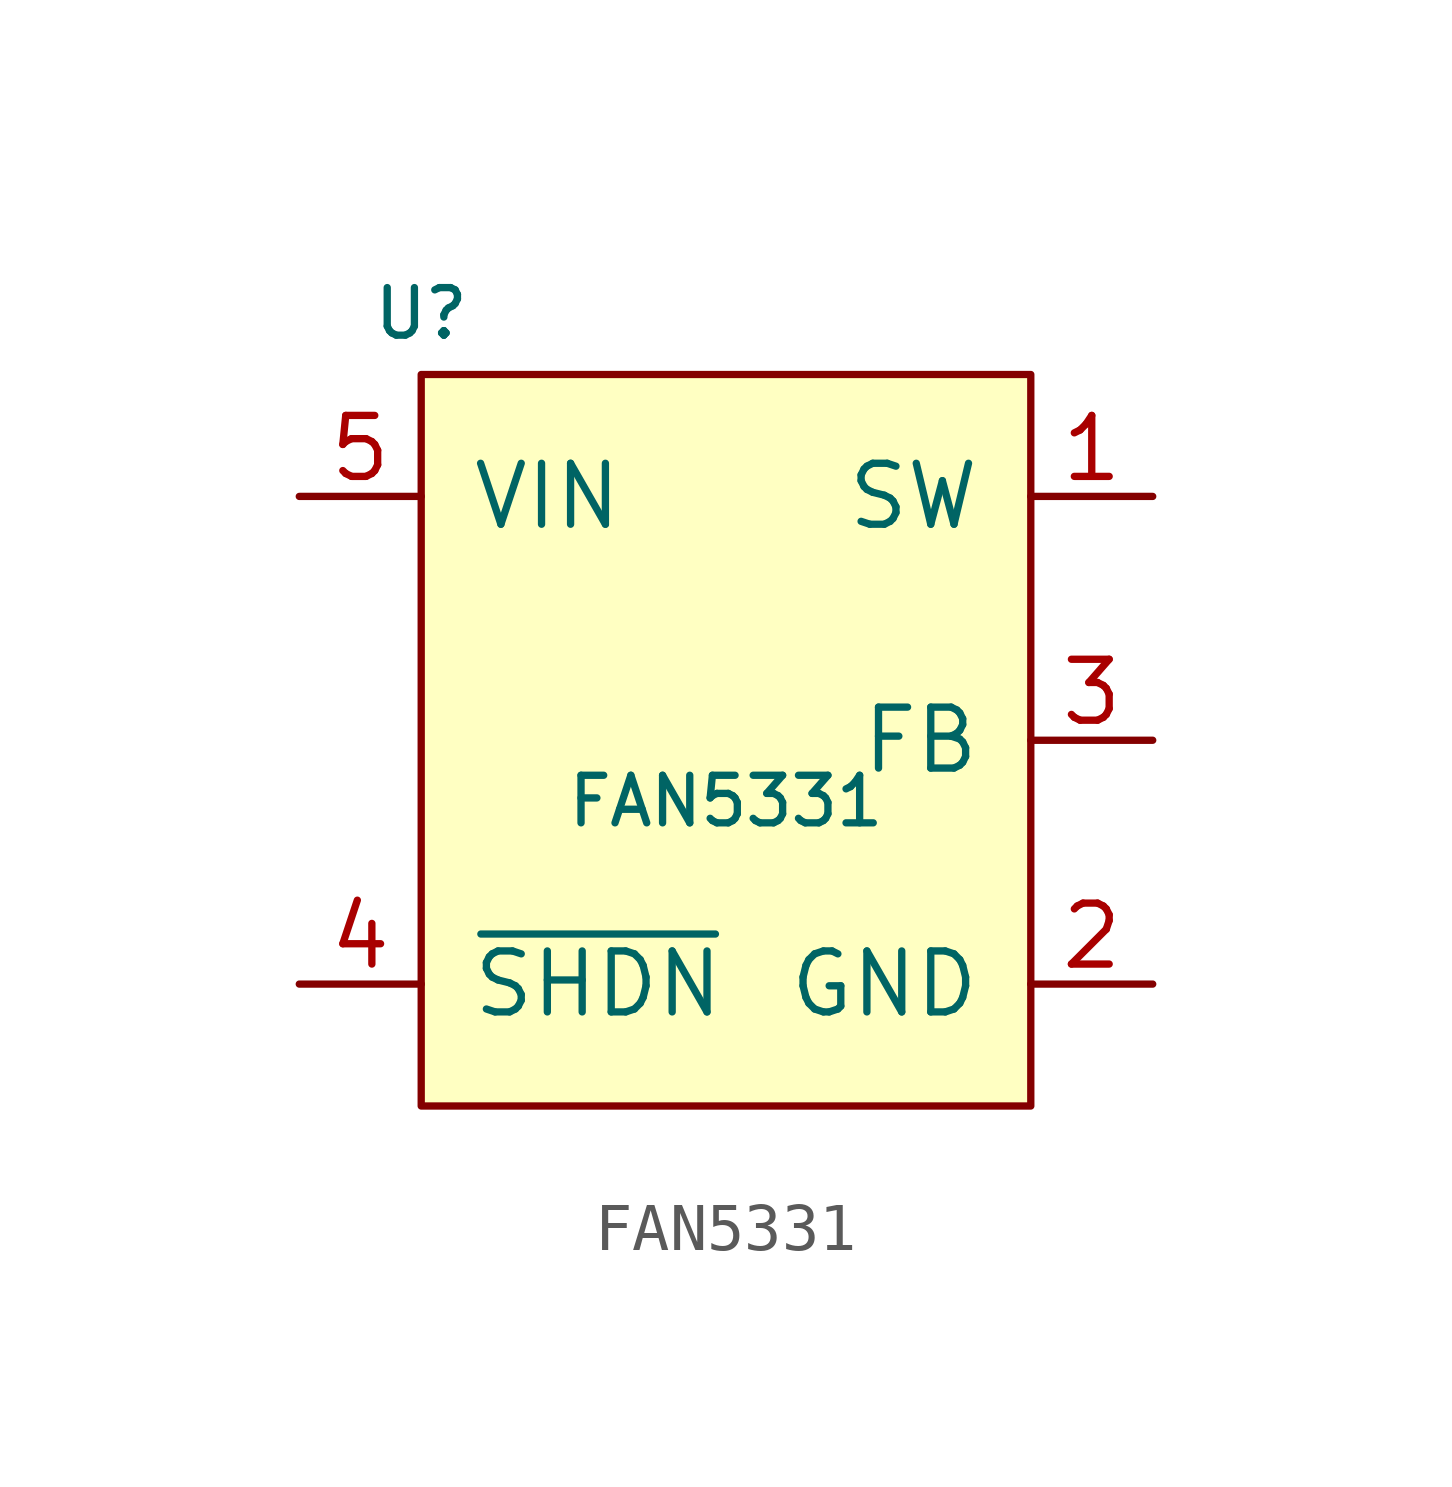
<source format=kicad_sym>
(kicad_symbol_lib
  (version 20241209)
  (generator "kicad_symbol_editor")
  (generator_version "9.0")
  (symbol "FAN5331"
    (pin_names
      (offset 1.016))
    (property "Reference" "U"
      (at -6.35 6.35 0)
      (effects (font (size 0.991 0.991))))
    (property "Value" "FAN5331"
      (at 0 -3.81 0)
      (effects (font (size 0.991 0.991))))
    (symbol "FAN5331_0_1"
      (rectangle (start -6.35 5.08) (end 6.35 -10.16) (stroke (width 0) (type solid)) (fill (type background))))
    (symbol "FAN5331_1_1"
      (pin power_in line (at -8.89 2.54 0) (length 2.54) (name "VIN" (effects (font (size 1.27 1.27)))) (number "5" (effects (font (size 1.27 1.27)))))
      (pin input line (at -8.89 -7.62 0) (length 2.54) (name "~{SHDN}" (effects (font (size 1.27 1.27)))) (number "4" (effects (font (size 1.27 1.27)))))
      (pin power_out line (at 8.89 2.54 180) (length 2.54) (name "SW" (effects (font (size 1.27 1.27)))) (number "1" (effects (font (size 1.27 1.27)))))
      (pin input line (at 8.89 -2.54 180) (length 2.54) (name "FB" (effects (font (size 1.27 1.27)))) (number "3" (effects (font (size 1.27 1.27)))))
      (pin power_in line (at 8.89 -7.62 180) (length 2.54) (name "GND" (effects (font (size 1.27 1.27)))) (number "2" (effects (font (size 1.27 1.27))))))))
</source>
